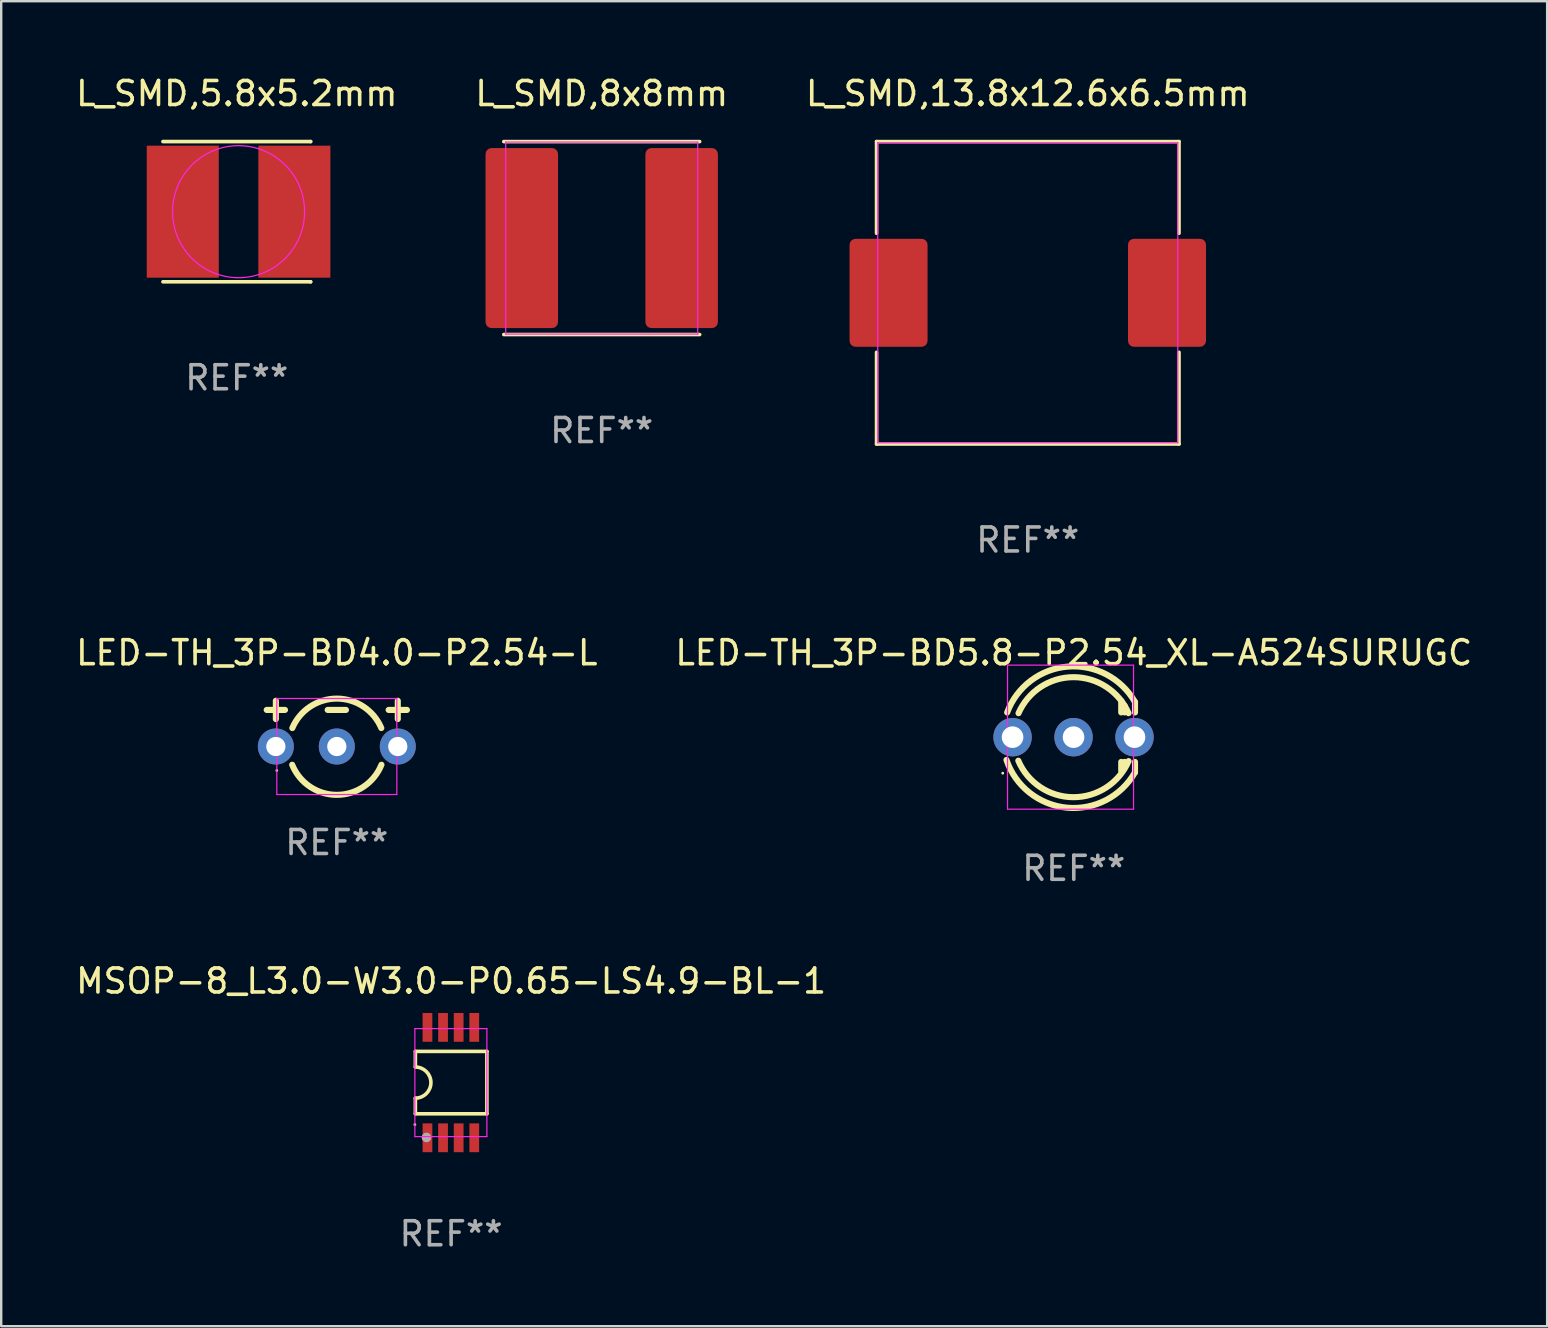
<source format=kicad_pcb>
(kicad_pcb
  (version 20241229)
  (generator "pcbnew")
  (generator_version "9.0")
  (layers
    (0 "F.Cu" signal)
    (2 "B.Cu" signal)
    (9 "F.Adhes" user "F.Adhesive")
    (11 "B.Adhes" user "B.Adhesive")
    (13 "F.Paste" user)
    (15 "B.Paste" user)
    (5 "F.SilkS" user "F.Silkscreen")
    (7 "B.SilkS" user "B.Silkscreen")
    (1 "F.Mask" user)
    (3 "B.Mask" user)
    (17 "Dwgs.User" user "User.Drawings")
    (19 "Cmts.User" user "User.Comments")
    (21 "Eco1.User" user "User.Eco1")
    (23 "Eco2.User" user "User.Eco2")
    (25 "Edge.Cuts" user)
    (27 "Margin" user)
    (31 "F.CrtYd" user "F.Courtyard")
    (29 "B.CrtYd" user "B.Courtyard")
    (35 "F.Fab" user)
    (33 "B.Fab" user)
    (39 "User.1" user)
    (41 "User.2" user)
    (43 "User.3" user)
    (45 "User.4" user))
  (footprint "L_SMD,5.8x5.2mm"
    (layer "F.Cu")
    (at 6.889 5.769)
    (property "Reference" "L_SMD,5.8x5.2mm" (at -0.074 -4.921 0) (layer "F.SilkS") (effects (font (size 1 1) (thickness 0.15))))
    (attr smd)
    (fp_line (start -3.15 2.921) (end 3.002 2.921) (stroke (width 0.152) (type solid)) (layer "F.SilkS"))
    (fp_line (start -3.15 -2.921) (end 3.002 -2.921) (stroke (width 0.152) (type solid)) (layer "F.SilkS"))
    (fp_line (start 3.002 2.921) (end 3.002 2.921) (stroke (width 0.152) (type solid)) (layer "F.SilkS"))
    (fp_line (start 3.002 -2.921) (end 3.002 -2.921) (stroke (width 0.152) (type solid)) (layer "F.SilkS"))
    (fp_circle (center 0 0) (end -2.75 0) (stroke (width 0.05) (type default)) (fill no) (layer "F.CrtYd"))
    (fp_text user "REF**" (at -0.074 6.921 0) (layer "F.Fab") (effects (font (size 1 1) (thickness 0.15))))
    (pad "1" smd rect (at 2.325 0) (size 3 5.5) (layers "F.Cu" "F.Mask" "F.Paste"))
    (pad "2" smd rect (at -2.325 0) (size 3 5.5) (layers "F.Cu" "F.Mask" "F.Paste")))
  (footprint "LED-TH_3P-BD4.0-P2.54-L"
    (layer "F.Cu")
    (at 10.982 28.05)
    (property "Reference" "LED-TH_3P-BD4.0-P2.54-L" (at 0 -3.905 0) (layer "F.SilkS") (effects (font (size 1 1) (thickness 0.15))))
    (attr through_hole)
    (fp_line (start -2.921 -1.524) (end -2.159 -1.524) (stroke (width 0.254) (type solid)) (layer "F.SilkS"))
    (fp_line (start -2.54 -1.143) (end -2.54 -1.905) (stroke (width 0.254) (type solid)) (layer "F.SilkS"))
    (fp_line (start -0.381 -1.524) (end 0.381 -1.524) (stroke (width 0.254) (type solid)) (layer "F.SilkS"))
    (fp_line (start 2.159 -1.524) (end 2.921 -1.524) (stroke (width 0.254) (type solid)) (layer "F.SilkS"))
    (fp_line (start 2.54 -1.143) (end 2.54 -1.905) (stroke (width 0.254) (type solid)) (layer "F.SilkS"))
    (fp_arc (start -1.853747 -0.768783) (mid -0.000001 -1.995742) (end 1.853746 -0.768785) (stroke (width 0.254) (type solid)) (layer "F.SilkS"))
    (fp_arc (start 1.85936 0.759716) (mid 0 2.013869) (end -1.85936 0.759715) (stroke (width 0.254) (type solid)) (layer "F.SilkS"))
    (fp_circle (center -2.5 1) (end -2.47 1) (stroke (width 0.06) (type solid)) (fill no) (layer "F.SilkS"))
    (fp_line (start -2.5 -2) (end 2.5 -2) (stroke (width 0.05) (type default)) (layer "F.CrtYd"))
    (fp_line (start -2.5 2) (end -2.5 -2) (stroke (width 0.05) (type default)) (layer "F.CrtYd"))
    (fp_line (start 2.5 -2) (end 2.5 2) (stroke (width 0.05) (type default)) (layer "F.CrtYd"))
    (fp_line (start 2.5 2) (end -2.5 2) (stroke (width 0.05) (type default)) (layer "F.CrtYd"))
    (fp_text user "REF**" (at 0 4 0) (layer "F.Fab") (effects (font (size 1 1) (thickness 0.15))))
    (pad "1" thru_hole circle (at -2.54 0) (size 1.5 1.5) (drill 0.8) (layers "*.Cu" "*.Mask"))
    (pad "2" thru_hole circle (at 0 0) (size 1.5 1.5) (drill 0.8) (layers "*.Cu" "*.Mask"))
    (pad "3" thru_hole circle (at 2.54 0) (size 1.5 1.5) (drill 0.8) (layers "*.Cu" "*.Mask")))
  (footprint "LED-TH_3P-BD5.8-P2.54_XL-A524SURUGC"
    (layer "F.Cu")
    (at 41.674 27.661)
    (property "Reference" "LED-TH_3P-BD5.8-P2.54_XL-A524SURUGC" (at 0.01 -3.516 0) (layer "F.SilkS") (effects (font (size 1 1) (thickness 0.15))))
    (attr through_hole)
    (fp_line (start 1.987 -1.516) (end 1.987 -1.031) (stroke (width 0.254) (type solid)) (layer "F.SilkS"))
    (fp_line (start 1.987 1.031) (end 1.987 1.397) (stroke (width 0.254) (type solid)) (layer "F.SilkS"))
    (fp_line (start 2.128 -1.311) (end 2.128 -1.031) (stroke (width 0.254) (type solid)) (layer "F.SilkS"))
    (fp_line (start 2.128 1.031) (end 2.128 1.246) (stroke (width 0.254) (type solid)) (layer "F.SilkS"))
    (fp_line (start 2.561 -1.463) (end 2.561 -1.031) (stroke (width 0.254) (type solid)) (layer "F.SilkS"))
    (fp_line (start 2.561 1.031) (end 2.561 1.464) (stroke (width 0.254) (type solid)) (layer "F.SilkS"))
    (fp_arc (start -2.764008 -1.029769) (mid -0.239422 -2.939895) (end 2.560961 -1.463424) (stroke (width 0.254) (type solid)) (layer "F.SilkS"))
    (fp_arc (start -2.291542 -0.998476) (mid -0.000733 -2.499671) (end 2.290957 -0.999822) (stroke (width 0.254) (type solid)) (layer "F.SilkS"))
    (fp_arc (start 2.293193 0.997206) (mid -0.008989 2.500572) (end -2.300304 0.980696) (stroke (width 0.254) (type solid)) (layer "F.SilkS"))
    (fp_arc (start 2.561621 1.46378) (mid -0.283451 2.936659) (end -2.794311 0.946838) (stroke (width 0.254) (type solid)) (layer "F.SilkS"))
    (fp_circle (center -2.95 1.5) (end -2.92 1.5) (stroke (width 0.06) (type solid)) (fill no) (layer "F.SilkS"))
    (fp_line (start -2.75 -3) (end 2.5 -3) (stroke (width 0.05) (type default)) (layer "F.CrtYd"))
    (fp_line (start -2.75 3) (end -2.75 -3) (stroke (width 0.05) (type default)) (layer "F.CrtYd"))
    (fp_line (start 2.5 -3) (end 2.5 3) (stroke (width 0.05) (type default)) (layer "F.CrtYd"))
    (fp_line (start 2.5 3) (end -2.75 3) (stroke (width 0.05) (type default)) (layer "F.CrtYd"))
    (fp_text user "REF**" (at 0.01 5.464 0) (layer "F.Fab") (effects (font (size 1 1) (thickness 0.15))))
    (pad "1" thru_hole circle (at -2.54 0) (size 1.6 1.6) (drill 0.9) (layers "*.Cu" "*.Mask"))
    (pad "2" thru_hole circle (at 2.54 0) (size 1.6 1.6) (drill 0.9) (layers "*.Cu" "*.Mask"))
    (pad "3" thru_hole circle (at 0 0) (size 1.6 1.6) (drill 0.9) (layers "*.Cu" "*.Mask")))
  (footprint "MSOP-8_L3.0-W3.0-P0.65-LS4.9-BL-1"
    (layer "F.Cu")
    (at 15.733 42.051)
    (property "Reference" "MSOP-8_L3.0-W3.0-P0.65-LS4.9-BL-1" (at 0.011 -4.23 0) (layer "F.SilkS") (effects (font (size 1 1) (thickness 0.15))))
    (attr smd)
    (fp_line (start -1.478 -1.3) (end -1.478 -0.648) (stroke (width 0.15) (type solid)) (layer "F.SilkS"))
    (fp_line (start -1.478 0.648) (end -1.478 1.3) (stroke (width 0.15) (type solid)) (layer "F.SilkS"))
    (fp_line (start -1.478 1.3) (end 1.5 1.3) (stroke (width 0.15) (type solid)) (layer "F.SilkS"))
    (fp_line (start 1.5 -1.3) (end -1.478 -1.3) (stroke (width 0.15) (type solid)) (layer "F.SilkS"))
    (fp_line (start 1.5 1.3) (end 1.5 -1.3) (stroke (width 0.15) (type solid)) (layer "F.SilkS"))
    (fp_arc (start -1.47841 -0.647701) (mid -0.830709 -0.000001) (end -1.478409 0.647701) (stroke (width 0.15) (type solid)) (layer "F.SilkS"))
    (fp_circle (center -1.5 1.75) (end -1.47 1.75) (stroke (width 0.06) (type solid)) (fill no) (layer "F.SilkS"))
    (fp_line (start -1.5 -2.25) (end 1.5 -2.25) (stroke (width 0.05) (type default)) (layer "F.CrtYd"))
    (fp_line (start -1.5 2.25) (end -1.5 -2.25) (stroke (width 0.05) (type default)) (layer "F.CrtYd"))
    (fp_line (start 1.5 -2.25) (end 1.5 2.25) (stroke (width 0.05) (type default)) (layer "F.CrtYd"))
    (fp_line (start 1.5 2.25) (end -1.5 2.25) (stroke (width 0.05) (type default)) (layer "F.CrtYd"))
    (fp_circle (center -1.016 2.286) (end -0.916 2.286) (stroke (width 0.2) (type solid)) (fill no) (layer "F.Fab"))
    (fp_text user "REF**" (at 0.011 6.3 0) (layer "F.Fab") (effects (font (size 1 1) (thickness 0.15))))
    (pad "1" smd rect (at -0.975 2.3) (size 0.406 1.2) (layers "F.Cu" "F.Mask" "F.Paste"))
    (pad "2" smd rect (at -0.325 2.3) (size 0.406 1.2) (layers "F.Cu" "F.Mask" "F.Paste"))
    (pad "3" smd rect (at 0.325 2.3) (size 0.406 1.2) (layers "F.Cu" "F.Mask" "F.Paste"))
    (pad "4" smd rect (at 0.975 2.3) (size 0.406 1.2) (layers "F.Cu" "F.Mask" "F.Paste"))
    (pad "5" smd rect (at 0.975 -2.3) (size 0.406 1.2) (layers "F.Cu" "F.Mask" "F.Paste"))
    (pad "6" smd rect (at 0.325 -2.3) (size 0.406 1.2) (layers "F.Cu" "F.Mask" "F.Paste"))
    (pad "7" smd rect (at -0.325 -2.3) (size 0.406 1.2) (layers "F.Cu" "F.Mask" "F.Paste"))
    (pad "8" smd rect (at -0.975 -2.3) (size 0.406 1.2) (layers "F.Cu" "F.Mask" "F.Paste")))
  (footprint "L_SMD,8x8mm"
    (layer "F.Cu")
    (at 22.018 6.868)
    (property "Reference" "L_SMD,8x8mm" (at 0 -6.02 0) (layer "F.SilkS") (effects (font (size 1 1) (thickness 0.15))))
    (attr smd)
    (fp_line (start -4.08 -4.02) (end 4.08 -4.02) (stroke (width 0.15) (type solid)) (layer "F.SilkS"))
    (fp_line (start -4.08 4.02) (end 4.08 4.02) (stroke (width 0.15) (type solid)) (layer "F.SilkS"))
    (fp_line (start -4 -4) (end -4 4) (stroke (width 0.05) (type default)) (layer "F.CrtYd"))
    (fp_line (start -4 4) (end 4 4) (stroke (width 0.05) (type default)) (layer "F.CrtYd"))
    (fp_line (start 4 -4) (end -4 -4) (stroke (width 0.05) (type default)) (layer "F.CrtYd"))
    (fp_line (start 4 4) (end 4 -4) (stroke (width 0.05) (type default)) (layer "F.CrtYd"))
    (fp_text user "REF**" (at 0 8.02 0) (layer "F.Fab") (effects (font (size 1 1) (thickness 0.15))))
    (pad "1" smd roundrect (at 3.33 0) (size 3.02 7.5) (layers "F.Cu" "F.Mask" "F.Paste") (roundrect_rratio 0.083))
    (pad "2" smd roundrect (at -3.33 0) (size 3.02 7.5) (layers "F.Cu" "F.Mask" "F.Paste") (roundrect_rratio 0.083)))
  (footprint "L_SMD,13.8x12.6x6.5mm"
    (layer "F.Cu")
    (at 39.768 9.148)
    (property "Reference" "L_SMD,13.8x12.6x6.5mm" (at 0 -8.3 0) (layer "F.SilkS") (effects (font (size 1 1) (thickness 0.15))))
    (attr smd)
    (fp_line (start -6.3 -6.3) (end -6.3 -2.48) (stroke (width 0.15) (type solid)) (layer "F.SilkS"))
    (fp_line (start -6.3 2.48) (end -6.3 6.3) (stroke (width 0.15) (type solid)) (layer "F.SilkS"))
    (fp_line (start -6.3 6.3) (end 6.3 6.3) (stroke (width 0.15) (type solid)) (layer "F.SilkS"))
    (fp_line (start 6.3 -6.3) (end -6.3 -6.3) (stroke (width 0.15) (type solid)) (layer "F.SilkS"))
    (fp_line (start 6.3 -2.48) (end 6.3 -6.3) (stroke (width 0.15) (type solid)) (layer "F.SilkS"))
    (fp_line (start 6.3 6.3) (end 6.3 2.48) (stroke (width 0.15) (type solid)) (layer "F.SilkS"))
    (fp_line (start -6.25 -6.25) (end -6.25 6.25) (stroke (width 0.05) (type default)) (layer "F.CrtYd"))
    (fp_line (start -6.25 6.25) (end 6.25 6.25) (stroke (width 0.05) (type default)) (layer "F.CrtYd"))
    (fp_line (start 6.25 -6.25) (end -6.25 -6.25) (stroke (width 0.05) (type default)) (layer "F.CrtYd"))
    (fp_line (start 6.25 6.25) (end 6.25 -6.25) (stroke (width 0.05) (type default)) (layer "F.CrtYd"))
    (fp_text user "REF**" (at 0 10.3 0) (layer "F.Fab") (effects (font (size 1 1) (thickness 0.15))))
    (pad "1" smd roundrect (at -5.8 0 90) (size 4.5 3.25) (layers "F.Cu" "F.Mask" "F.Paste") (roundrect_rratio 0.077))
    (pad "2" smd roundrect (at 5.8 0 90) (size 4.5 3.25) (layers "F.Cu" "F.Mask" "F.Paste") (roundrect_rratio 0.077)))
  (gr_rect
    (start -3 -3)
    (end 61.405 52.199)
    (stroke (width 0.1) (type default))
    (fill no)
    (layer "Edge.Cuts")))
</source>
